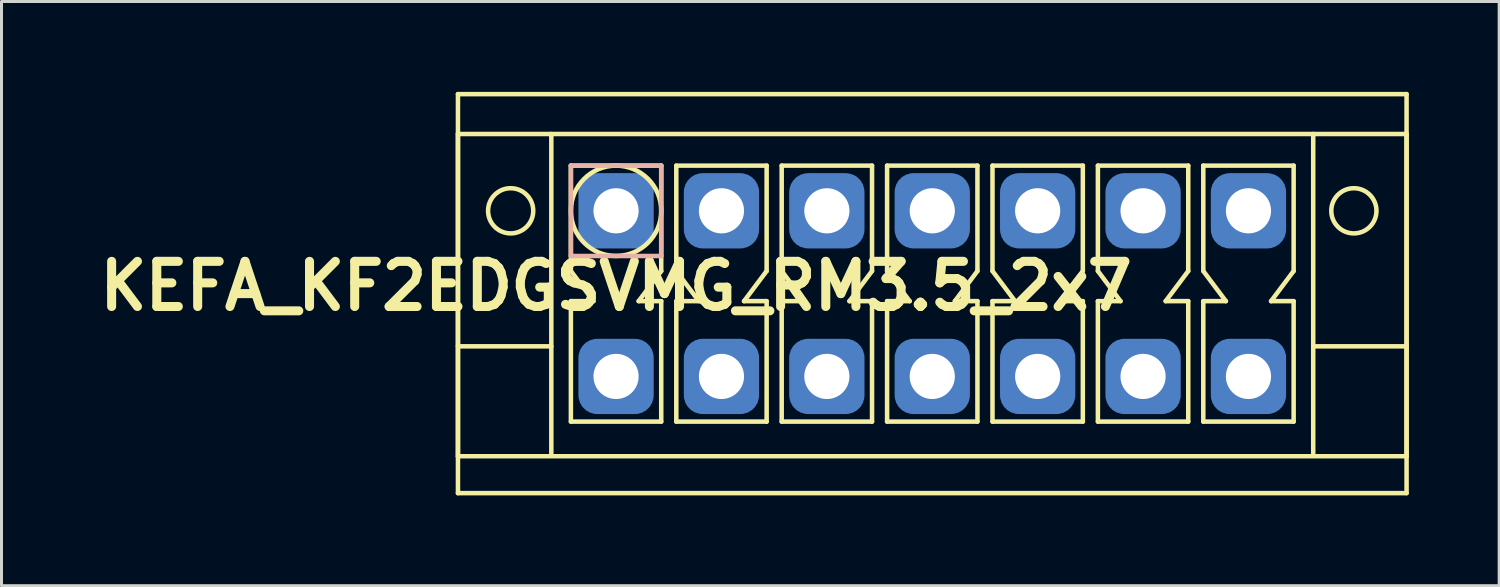
<source format=kicad_pcb>
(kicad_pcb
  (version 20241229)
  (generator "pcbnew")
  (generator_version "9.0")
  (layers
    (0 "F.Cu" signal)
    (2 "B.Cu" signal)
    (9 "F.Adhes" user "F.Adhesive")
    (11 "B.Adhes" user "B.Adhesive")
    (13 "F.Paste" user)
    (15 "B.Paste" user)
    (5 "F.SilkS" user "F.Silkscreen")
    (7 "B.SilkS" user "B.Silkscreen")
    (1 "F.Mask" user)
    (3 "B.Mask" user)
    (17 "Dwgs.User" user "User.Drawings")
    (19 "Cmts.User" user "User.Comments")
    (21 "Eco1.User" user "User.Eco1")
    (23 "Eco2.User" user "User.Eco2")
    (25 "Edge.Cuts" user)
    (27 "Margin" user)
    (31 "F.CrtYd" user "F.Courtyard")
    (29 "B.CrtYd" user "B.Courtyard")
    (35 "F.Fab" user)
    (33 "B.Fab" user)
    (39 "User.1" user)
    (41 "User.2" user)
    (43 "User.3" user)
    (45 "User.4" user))
  (footprint "KEFA_KF2EDGSVMG_RM3.5_2x7"
    (layer "F.Cu")
    (at 17.407 3.95)
    (property "Reference" "KEFA_KF2EDGSVMG_RM3.5_2x7" (at 0 2.5 0) (layer "F.SilkS") (effects (font (size 1.5 1.5) (thickness 0.3))))
    (attr through_hole)
    (fp_line (start -5.25 -3.875) (end 26.25 -3.875) (stroke (width 0.15) (type solid)) (layer "F.SilkS"))
    (fp_line (start -5.25 -2.55) (end 26.25 -2.55) (stroke (width 0.15) (type solid)) (layer "F.SilkS"))
    (fp_line (start -5.25 4.5) (end -2.15 4.5) (stroke (width 0.15) (type solid)) (layer "F.SilkS"))
    (fp_line (start -5.25 8.15) (end -5.25 -2.55) (stroke (width 0.15) (type solid)) (layer "F.SilkS"))
    (fp_line (start -5.25 9.375) (end -5.25 -3.875) (stroke (width 0.15) (type solid)) (layer "F.SilkS"))
    (fp_line (start -2.15 -2.55) (end -2.15 8.05) (stroke (width 0.15) (type solid)) (layer "F.SilkS"))
    (fp_line (start -1.5 -1.5) (end -1.5 2) (stroke (width 0.15) (type solid)) (layer "F.SilkS"))
    (fp_line (start -1.5 -1.5) (end 1.5 -1.5) (stroke (width 0.15) (type solid)) (layer "F.SilkS"))
    (fp_line (start -1.5 2) (end -0.75 3) (stroke (width 0.15) (type solid)) (layer "F.SilkS"))
    (fp_line (start -1.5 3) (end -1.5 7) (stroke (width 0.15) (type solid)) (layer "F.SilkS"))
    (fp_line (start -1.5 7) (end 1.5 7) (stroke (width 0.15) (type solid)) (layer "F.SilkS"))
    (fp_line (start -0.75 3) (end -1.5 3) (stroke (width 0.15) (type solid)) (layer "F.SilkS"))
    (fp_line (start 0.75 3) (end 1.5 3) (stroke (width 0.15) (type solid)) (layer "F.SilkS"))
    (fp_line (start 1.5 -1.5) (end 1.5 2) (stroke (width 0.15) (type solid)) (layer "F.SilkS"))
    (fp_line (start 1.5 2) (end 0.75 3) (stroke (width 0.15) (type solid)) (layer "F.SilkS"))
    (fp_line (start 1.5 3) (end 1.5 7) (stroke (width 0.15) (type solid)) (layer "F.SilkS"))
    (fp_line (start 2 -1.5) (end 2 2) (stroke (width 0.15) (type solid)) (layer "F.SilkS"))
    (fp_line (start 2 -1.5) (end 5 -1.5) (stroke (width 0.15) (type solid)) (layer "F.SilkS"))
    (fp_line (start 2 2) (end 2.75 3) (stroke (width 0.15) (type solid)) (layer "F.SilkS"))
    (fp_line (start 2 3) (end 2 7) (stroke (width 0.15) (type solid)) (layer "F.SilkS"))
    (fp_line (start 2 7) (end 5 7) (stroke (width 0.15) (type solid)) (layer "F.SilkS"))
    (fp_line (start 2.75 3) (end 2 3) (stroke (width 0.15) (type solid)) (layer "F.SilkS"))
    (fp_line (start 4.25 3) (end 5 3) (stroke (width 0.15) (type solid)) (layer "F.SilkS"))
    (fp_line (start 5 -1.5) (end 5 2) (stroke (width 0.15) (type solid)) (layer "F.SilkS"))
    (fp_line (start 5 2) (end 4.25 3) (stroke (width 0.15) (type solid)) (layer "F.SilkS"))
    (fp_line (start 5 3) (end 5 7) (stroke (width 0.15) (type solid)) (layer "F.SilkS"))
    (fp_line (start 5.5 -1.5) (end 5.5 2) (stroke (width 0.15) (type solid)) (layer "F.SilkS"))
    (fp_line (start 5.5 -1.5) (end 8.5 -1.5) (stroke (width 0.15) (type solid)) (layer "F.SilkS"))
    (fp_line (start 5.5 2) (end 6.25 3) (stroke (width 0.15) (type solid)) (layer "F.SilkS"))
    (fp_line (start 5.5 3) (end 5.5 7) (stroke (width 0.15) (type solid)) (layer "F.SilkS"))
    (fp_line (start 5.5 7) (end 8.5 7) (stroke (width 0.15) (type solid)) (layer "F.SilkS"))
    (fp_line (start 6.25 3) (end 5.5 3) (stroke (width 0.15) (type solid)) (layer "F.SilkS"))
    (fp_line (start 7.75 3) (end 8.5 3) (stroke (width 0.15) (type solid)) (layer "F.SilkS"))
    (fp_line (start 8.5 -1.5) (end 8.5 2) (stroke (width 0.15) (type solid)) (layer "F.SilkS"))
    (fp_line (start 8.5 2) (end 7.75 3) (stroke (width 0.15) (type solid)) (layer "F.SilkS"))
    (fp_line (start 8.5 3) (end 8.5 7) (stroke (width 0.15) (type solid)) (layer "F.SilkS"))
    (fp_line (start 9 -1.5) (end 9 2) (stroke (width 0.15) (type solid)) (layer "F.SilkS"))
    (fp_line (start 9 -1.5) (end 12 -1.5) (stroke (width 0.15) (type solid)) (layer "F.SilkS"))
    (fp_line (start 9 2) (end 9.75 3) (stroke (width 0.15) (type solid)) (layer "F.SilkS"))
    (fp_line (start 9 3) (end 9 7) (stroke (width 0.15) (type solid)) (layer "F.SilkS"))
    (fp_line (start 9 7) (end 12 7) (stroke (width 0.15) (type solid)) (layer "F.SilkS"))
    (fp_line (start 9.75 3) (end 9 3) (stroke (width 0.15) (type solid)) (layer "F.SilkS"))
    (fp_line (start 11.25 3) (end 12 3) (stroke (width 0.15) (type solid)) (layer "F.SilkS"))
    (fp_line (start 12 -1.5) (end 12 2) (stroke (width 0.15) (type solid)) (layer "F.SilkS"))
    (fp_line (start 12 2) (end 11.25 3) (stroke (width 0.15) (type solid)) (layer "F.SilkS"))
    (fp_line (start 12 3) (end 12 7) (stroke (width 0.15) (type solid)) (layer "F.SilkS"))
    (fp_line (start 12.5 -1.5) (end 12.5 2) (stroke (width 0.15) (type solid)) (layer "F.SilkS"))
    (fp_line (start 12.5 -1.5) (end 15.5 -1.5) (stroke (width 0.15) (type solid)) (layer "F.SilkS"))
    (fp_line (start 12.5 2) (end 13.25 3) (stroke (width 0.15) (type solid)) (layer "F.SilkS"))
    (fp_line (start 12.5 3) (end 12.5 7) (stroke (width 0.15) (type solid)) (layer "F.SilkS"))
    (fp_line (start 12.5 7) (end 15.5 7) (stroke (width 0.15) (type solid)) (layer "F.SilkS"))
    (fp_line (start 13.25 3) (end 12.5 3) (stroke (width 0.15) (type solid)) (layer "F.SilkS"))
    (fp_line (start 14.75 3) (end 15.5 3) (stroke (width 0.15) (type solid)) (layer "F.SilkS"))
    (fp_line (start 15.5 -1.5) (end 15.5 2) (stroke (width 0.15) (type solid)) (layer "F.SilkS"))
    (fp_line (start 15.5 2) (end 14.75 3) (stroke (width 0.15) (type solid)) (layer "F.SilkS"))
    (fp_line (start 15.5 3) (end 15.5 7) (stroke (width 0.15) (type solid)) (layer "F.SilkS"))
    (fp_line (start 16 -1.5) (end 16 2) (stroke (width 0.15) (type solid)) (layer "F.SilkS"))
    (fp_line (start 16 -1.5) (end 19 -1.5) (stroke (width 0.15) (type solid)) (layer "F.SilkS"))
    (fp_line (start 16 2) (end 16.75 3) (stroke (width 0.15) (type solid)) (layer "F.SilkS"))
    (fp_line (start 16 3) (end 16 7) (stroke (width 0.15) (type solid)) (layer "F.SilkS"))
    (fp_line (start 16 7) (end 19 7) (stroke (width 0.15) (type solid)) (layer "F.SilkS"))
    (fp_line (start 16.75 3) (end 16 3) (stroke (width 0.15) (type solid)) (layer "F.SilkS"))
    (fp_line (start 18.25 3) (end 19 3) (stroke (width 0.15) (type solid)) (layer "F.SilkS"))
    (fp_line (start 19 -1.5) (end 19 2) (stroke (width 0.15) (type solid)) (layer "F.SilkS"))
    (fp_line (start 19 2) (end 18.25 3) (stroke (width 0.15) (type solid)) (layer "F.SilkS"))
    (fp_line (start 19 3) (end 19 7) (stroke (width 0.15) (type solid)) (layer "F.SilkS"))
    (fp_line (start 19.5 -1.5) (end 19.5 2) (stroke (width 0.15) (type solid)) (layer "F.SilkS"))
    (fp_line (start 19.5 -1.5) (end 22.5 -1.5) (stroke (width 0.15) (type solid)) (layer "F.SilkS"))
    (fp_line (start 19.5 2) (end 20.25 3) (stroke (width 0.15) (type solid)) (layer "F.SilkS"))
    (fp_line (start 19.5 3) (end 19.5 7) (stroke (width 0.15) (type solid)) (layer "F.SilkS"))
    (fp_line (start 19.5 7) (end 22.5 7) (stroke (width 0.15) (type solid)) (layer "F.SilkS"))
    (fp_line (start 20.25 3) (end 19.5 3) (stroke (width 0.15) (type solid)) (layer "F.SilkS"))
    (fp_line (start 21.75 3) (end 22.5 3) (stroke (width 0.15) (type solid)) (layer "F.SilkS"))
    (fp_line (start 22.5 -1.5) (end 22.5 2) (stroke (width 0.15) (type solid)) (layer "F.SilkS"))
    (fp_line (start 22.5 2) (end 21.75 3) (stroke (width 0.15) (type solid)) (layer "F.SilkS"))
    (fp_line (start 22.5 3) (end 22.5 7) (stroke (width 0.15) (type solid)) (layer "F.SilkS"))
    (fp_line (start 23.15 -2.55) (end 23.15 8.05) (stroke (width 0.15) (type solid)) (layer "F.SilkS"))
    (fp_line (start 26.25 -3.875) (end 26.25 9.375) (stroke (width 0.15) (type solid)) (layer "F.SilkS"))
    (fp_line (start 26.25 -2.55) (end 26.25 8.15) (stroke (width 0.15) (type solid)) (layer "F.SilkS"))
    (fp_line (start 26.25 4.5) (end 23.15 4.5) (stroke (width 0.15) (type solid)) (layer "F.SilkS"))
    (fp_line (start 26.25 8.15) (end -5.25 8.15) (stroke (width 0.15) (type solid)) (layer "F.SilkS"))
    (fp_line (start 26.25 9.375) (end -5.25 9.375) (stroke (width 0.15) (type solid)) (layer "F.SilkS"))
    (fp_circle (center -3.5 0) (end -2.75 0) (stroke (width 0.15) (type solid)) (fill no) (layer "F.SilkS"))
    (fp_circle (center 0 0) (end 1.5 0) (stroke (width 0.15) (type solid)) (fill no) (layer "F.SilkS"))
    (fp_circle (center 24.5 0) (end 23.75 0) (stroke (width 0.15) (type solid)) (fill no) (layer "F.SilkS"))
    (fp_line (start -1.5 -1.5) (end 1.5 -1.5) (stroke (width 0.15) (type solid)) (layer "B.SilkS"))
    (fp_line (start -1.5 1.5) (end -1.5 -1.5) (stroke (width 0.15) (type solid)) (layer "B.SilkS"))
    (fp_line (start 1.5 -1.5) (end 1.5 1.5) (stroke (width 0.15) (type solid)) (layer "B.SilkS"))
    (fp_line (start 1.5 1.5) (end -1.5 1.5) (stroke (width 0.15) (type solid)) (layer "B.SilkS"))
    (pad "1" thru_hole circle (at 0 0) (size 1.8 1.8) (drill 1.5) (layers "*.Cu" "*.Mask"))
    (pad "1" smd roundrect (at 0 0) (size 2.5 2.5) (layers "B.Cu" "B.Mask") (roundrect_rratio 0.25))
    (pad "2" thru_hole circle (at 3.5 0) (size 1.8 1.8) (drill 1.5) (layers "*.Cu" "*.Mask"))
    (pad "2" smd roundrect (at 3.5 0) (size 2.5 2.5) (layers "B.Cu" "B.Mask") (roundrect_rratio 0.25))
    (pad "3" thru_hole circle (at 7 0) (size 1.8 1.8) (drill 1.5) (layers "*.Cu" "*.Mask"))
    (pad "3" smd roundrect (at 7 0) (size 2.5 2.5) (layers "B.Cu" "B.Mask") (roundrect_rratio 0.25))
    (pad "4" thru_hole circle (at 10.5 0) (size 1.8 1.8) (drill 1.5) (layers "*.Cu" "*.Mask"))
    (pad "4" smd roundrect (at 10.5 0) (size 2.5 2.5) (layers "B.Cu" "B.Mask") (roundrect_rratio 0.25))
    (pad "5" thru_hole circle (at 14 0) (size 1.8 1.8) (drill 1.5) (layers "*.Cu" "*.Mask"))
    (pad "5" smd roundrect (at 14 0) (size 2.5 2.5) (layers "B.Cu" "B.Mask") (roundrect_rratio 0.25))
    (pad "6" thru_hole circle (at 17.5 0) (size 1.8 1.8) (drill 1.5) (layers "*.Cu" "*.Mask"))
    (pad "6" smd roundrect (at 17.5 0) (size 2.5 2.5) (layers "B.Cu" "B.Mask") (roundrect_rratio 0.25))
    (pad "7" thru_hole circle (at 21 0) (size 1.8 1.8) (drill 1.5) (layers "*.Cu" "*.Mask"))
    (pad "7" smd roundrect (at 21 0) (size 2.5 2.5) (layers "B.Cu" "B.Mask") (roundrect_rratio 0.25))
    (pad "8" thru_hole circle (at 0 5.5) (size 1.8 1.8) (drill 1.5) (layers "*.Cu" "*.Mask"))
    (pad "8" smd roundrect (at 0 5.5) (size 2.5 2.5) (layers "B.Cu" "B.Mask") (roundrect_rratio 0.25))
    (pad "9" thru_hole circle (at 3.5 5.5) (size 1.8 1.8) (drill 1.5) (layers "*.Cu" "*.Mask"))
    (pad "9" smd roundrect (at 3.5 5.5) (size 2.5 2.5) (layers "B.Cu" "B.Mask") (roundrect_rratio 0.25))
    (pad "10" thru_hole circle (at 7 5.5) (size 1.8 1.8) (drill 1.5) (layers "*.Cu" "*.Mask"))
    (pad "10" smd roundrect (at 7 5.5) (size 2.5 2.5) (layers "B.Cu" "B.Mask") (roundrect_rratio 0.25))
    (pad "11" thru_hole circle (at 10.5 5.5) (size 1.8 1.8) (drill 1.5) (layers "*.Cu" "*.Mask"))
    (pad "11" smd roundrect (at 10.5 5.5) (size 2.5 2.5) (layers "B.Cu" "B.Mask") (roundrect_rratio 0.25))
    (pad "12" thru_hole circle (at 14 5.5) (size 1.8 1.8) (drill 1.5) (layers "*.Cu" "*.Mask"))
    (pad "12" smd roundrect (at 14 5.5) (size 2.5 2.5) (layers "B.Cu" "B.Mask") (roundrect_rratio 0.25))
    (pad "13" thru_hole circle (at 17.5 5.5) (size 1.8 1.8) (drill 1.5) (layers "*.Cu" "*.Mask"))
    (pad "13" smd roundrect (at 17.5 5.5) (size 2.5 2.5) (layers "B.Cu" "B.Mask") (roundrect_rratio 0.25))
    (pad "14" thru_hole circle (at 21 5.5) (size 1.8 1.8) (drill 1.5) (layers "*.Cu" "*.Mask"))
    (pad "14" smd roundrect (at 21 5.5) (size 2.5 2.5) (layers "B.Cu" "B.Mask") (roundrect_rratio 0.25)))
  (gr_rect
    (start -3 -3)
    (end 46.732 16.4)
    (stroke (width 0.1) (type default))
    (fill no)
    (layer "Edge.Cuts")))
</source>
